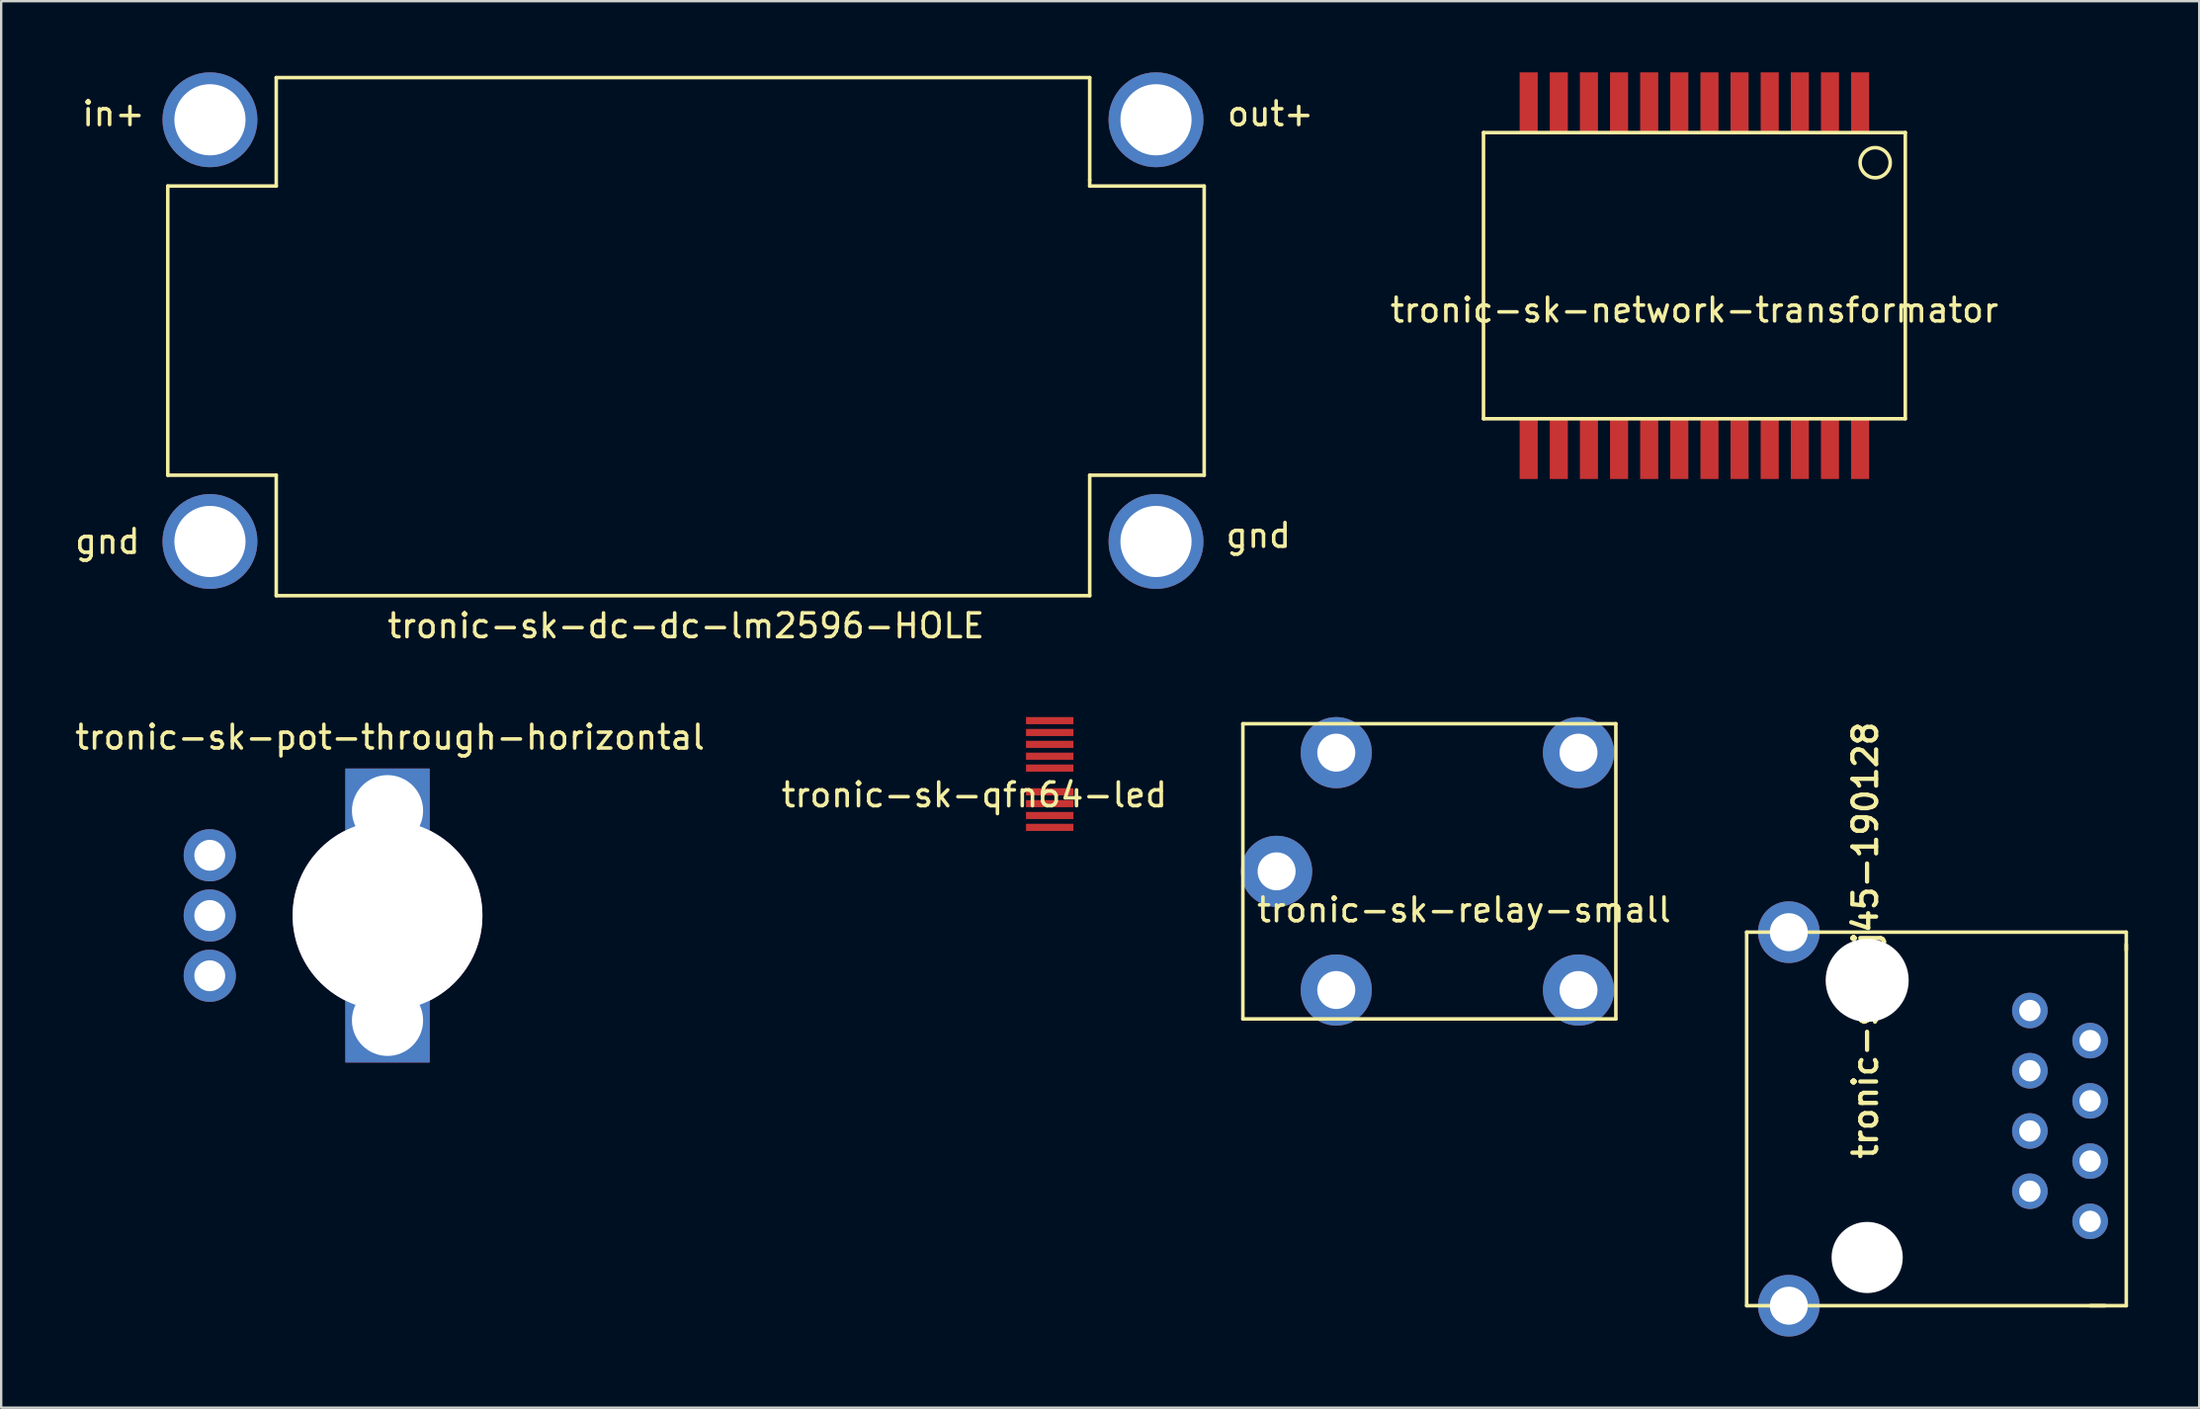
<source format=kicad_pcb>
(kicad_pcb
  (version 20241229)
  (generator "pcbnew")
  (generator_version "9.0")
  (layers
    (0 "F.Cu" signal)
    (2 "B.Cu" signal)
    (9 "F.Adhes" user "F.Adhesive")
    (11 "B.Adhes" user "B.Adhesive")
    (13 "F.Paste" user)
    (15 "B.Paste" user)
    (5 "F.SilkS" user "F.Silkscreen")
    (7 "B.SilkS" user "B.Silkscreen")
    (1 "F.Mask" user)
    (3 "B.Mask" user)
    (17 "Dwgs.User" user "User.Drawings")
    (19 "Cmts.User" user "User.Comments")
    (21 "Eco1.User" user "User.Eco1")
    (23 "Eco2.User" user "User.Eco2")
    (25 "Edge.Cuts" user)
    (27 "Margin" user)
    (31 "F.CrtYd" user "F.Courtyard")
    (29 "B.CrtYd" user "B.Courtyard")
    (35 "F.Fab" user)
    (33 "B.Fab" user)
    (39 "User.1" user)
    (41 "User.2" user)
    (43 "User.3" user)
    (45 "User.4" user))
  (footprint "tronic-sk-pot-through-horizontal"
    (layer "F.Cu")
    (at 13.285 35.551)
    (property "Reference" "tronic-sk-pot-through-horizontal" (at 0.102 -7.518 0) (layer "F.SilkS") (effects (font (size 1 1) (thickness 0.15))))
    (attr through_hole)
    (fp_circle (center 0.007 0.04) (end 3.257 0.04) (stroke (width 0.1) (type solid)) (fill no) (layer "F.Fab"))
    (pad "0" thru_hole rect (at 0 -4.42) (size 3.556 3.556) (drill 3) (layers "*.Cu" "*.Mask"))
    (pad "0" thru_hole circle (at 0 0) (size 8 8) (drill 8) (layers "*.Cu" "*.Mask"))
    (pad "0" thru_hole rect (at 0 4.42) (size 3.556 3.556) (drill 3) (layers "*.Cu" "*.Mask"))
    (pad "1" thru_hole circle (at -7.493 2.54) (size 2.2 2.2) (drill 1.3) (layers "*.Cu" "*.Mask"))
    (pad "2" thru_hole circle (at -7.493 0) (size 2.2 2.2) (drill 1.3) (layers "*.Cu" "*.Mask"))
    (pad "3" thru_hole circle (at -7.493 -2.54) (size 2.2 2.2) (drill 1.3) (layers "*.Cu" "*.Mask")))
  (footprint "tronic-sk-rj45-190128"
    (layer "F.Cu")
    (at 80.736 44.635)
    (property "Reference" "tronic-sk-rj45-190128" (at -4.572 1.27 90) (layer "F.SilkS") (effects (font (size 1 1) (thickness 0.18)) (justify left bottom)))
    (attr through_hole)
    (fp_line (start -10.16 -8.382) (end -10.16 7.366) (stroke (width 0.15) (type solid)) (layer "F.SilkS"))
    (fp_line (start -10.16 7.366) (end 4.953 7.366) (stroke (width 0.15) (type solid)) (layer "F.SilkS"))
    (fp_line (start 4.318 7.366) (end 5.842 7.366) (stroke (width 0.15) (type solid)) (layer "F.SilkS"))
    (fp_line (start 5.842 -8.382) (end -10.16 -8.382) (stroke (width 0.15) (type solid)) (layer "F.SilkS"))
    (fp_line (start 5.842 -8.382) (end 5.842 -7.62) (stroke (width 0.15) (type solid)) (layer "F.SilkS"))
    (fp_line (start 5.842 7.366) (end 5.842 -7.874) (stroke (width 0.15) (type solid)) (layer "F.SilkS"))
    (pad "" np_thru_hole circle (at -5.08 -6.35) (size 3.5 3.5) (drill 3.5) (layers "*.Cu"))
    (pad "" np_thru_hole circle (at -5.08 5.334) (size 3 3) (drill 3) (layers "*.Cu"))
    (pad "1" thru_hole circle (at 1.778 -5.08) (size 1.5 1.5) (drill 0.9) (layers "*.Cu" "*.Mask"))
    (pad "2" thru_hole circle (at 4.318 -3.81) (size 1.5 1.5) (drill 0.9) (layers "*.Cu" "*.Mask"))
    (pad "3" thru_hole circle (at 1.778 -2.54) (size 1.5 1.5) (drill 0.9) (layers "*.Cu" "*.Mask"))
    (pad "4" thru_hole circle (at 4.318 -1.27) (size 1.5 1.5) (drill 0.9) (layers "*.Cu" "*.Mask"))
    (pad "5" thru_hole circle (at 1.778 0) (size 1.5 1.5) (drill 0.9) (layers "*.Cu" "*.Mask"))
    (pad "6" thru_hole circle (at 4.318 1.27) (size 1.5 1.5) (drill 0.9) (layers "*.Cu" "*.Mask"))
    (pad "7" thru_hole circle (at 1.778 2.54) (size 1.5 1.5) (drill 0.9) (layers "*.Cu" "*.Mask"))
    (pad "8" thru_hole circle (at 4.318 3.81) (size 1.5 1.5) (drill 0.9) (layers "*.Cu" "*.Mask"))
    (pad "9" thru_hole circle (at -8.382 -8.382) (size 2.6 2.6) (drill 1.6) (layers "*.Cu" "*.Mask"))
    (pad "9" thru_hole circle (at -8.382 7.366) (size 2.6 2.6) (drill 1.6) (layers "*.Cu" "*.Mask")))
  (footprint "tronic-sk-network-transformator"
    (layer "F.Cu")
    (at 68.373 9.525)
    (property "Reference" "tronic-sk-network-transformator" (at 0 0.5 0) (layer "F.SilkS") (effects (font (size 1 1) (thickness 0.15))))
    (attr through_hole)
    (fp_line (start -8.89 -6.985) (end -8.89 5.08) (stroke (width 0.15) (type solid)) (layer "F.SilkS"))
    (fp_line (start -8.89 5.08) (end 8.89 5.08) (stroke (width 0.15) (type solid)) (layer "F.SilkS"))
    (fp_line (start 8.89 -6.985) (end -8.89 -6.985) (stroke (width 0.15) (type solid)) (layer "F.SilkS"))
    (fp_line (start 8.89 5.08) (end 8.89 -6.985) (stroke (width 0.15) (type solid)) (layer "F.SilkS"))
    (fp_circle (center 7.62 -5.715) (end 8.255 -5.715) (stroke (width 0.15) (type solid)) (fill no) (layer "F.SilkS"))
    (pad "1" smd trapezoid (at 6.985 -8.255) (size 0.762 2.54) (layers "F.Cu" "F.Mask" "F.Paste"))
    (pad "2" smd trapezoid (at 5.715 -8.255) (size 0.762 2.54) (layers "F.Cu" "F.Mask" "F.Paste"))
    (pad "3" smd trapezoid (at 4.445 -8.255) (size 0.762 2.54) (layers "F.Cu" "F.Mask" "F.Paste"))
    (pad "4" smd trapezoid (at 3.175 -8.255) (size 0.762 2.54) (layers "F.Cu" "F.Mask" "F.Paste"))
    (pad "5" smd trapezoid (at 1.905 -8.255) (size 0.762 2.54) (layers "F.Cu" "F.Mask" "F.Paste"))
    (pad "6" smd trapezoid (at 0.635 -8.255) (size 0.762 2.54) (layers "F.Cu" "F.Mask" "F.Paste"))
    (pad "7" smd trapezoid (at -0.635 -8.255) (size 0.762 2.54) (layers "F.Cu" "F.Mask" "F.Paste"))
    (pad "8" smd trapezoid (at -1.905 -8.255) (size 0.762 2.54) (layers "F.Cu" "F.Mask" "F.Paste"))
    (pad "9" smd trapezoid (at -3.175 -8.255) (size 0.762 2.54) (layers "F.Cu" "F.Mask" "F.Paste"))
    (pad "10" smd trapezoid (at -4.445 -8.255) (size 0.762 2.54) (layers "F.Cu" "F.Mask" "F.Paste"))
    (pad "11" smd trapezoid (at -5.715 -8.255) (size 0.762 2.54) (layers "F.Cu" "F.Mask" "F.Paste"))
    (pad "12" smd trapezoid (at -6.985 -8.255) (size 0.762 2.54) (layers "F.Cu" "F.Mask" "F.Paste"))
    (pad "13" smd trapezoid (at -6.985 6.35) (size 0.762 2.54) (layers "F.Cu" "F.Mask" "F.Paste"))
    (pad "14" smd trapezoid (at -5.715 6.35) (size 0.762 2.54) (layers "F.Cu" "F.Mask" "F.Paste"))
    (pad "15" smd trapezoid (at -4.445 6.35) (size 0.762 2.54) (layers "F.Cu" "F.Mask" "F.Paste"))
    (pad "16" smd trapezoid (at -3.175 6.35) (size 0.762 2.54) (layers "F.Cu" "F.Mask" "F.Paste"))
    (pad "17" smd trapezoid (at -1.905 6.35) (size 0.762 2.54) (layers "F.Cu" "F.Mask" "F.Paste"))
    (pad "18" smd trapezoid (at -0.635 6.35) (size 0.762 2.54) (layers "F.Cu" "F.Mask" "F.Paste"))
    (pad "19" smd trapezoid (at 0.635 6.35) (size 0.762 2.54) (layers "F.Cu" "F.Mask" "F.Paste"))
    (pad "20" smd trapezoid (at 1.905 6.35) (size 0.762 2.54) (layers "F.Cu" "F.Mask" "F.Paste"))
    (pad "21" smd trapezoid (at 3.175 6.35) (size 0.762 2.54) (layers "F.Cu" "F.Mask" "F.Paste"))
    (pad "22" smd trapezoid (at 4.445 6.35) (size 0.762 2.54) (layers "F.Cu" "F.Mask" "F.Paste"))
    (pad "23" smd trapezoid (at 5.715 6.35) (size 0.762 2.54) (layers "F.Cu" "F.Mask" "F.Paste"))
    (pad "24" smd trapezoid (at 6.985 6.35) (size 0.762 2.54) (layers "F.Cu" "F.Mask" "F.Paste")))
  (footprint "tronic-sk-dc-dc-lm2596-HOLE"
    (layer "F.Cu")
    (at 25.866 11.144)
    (property "Reference" "tronic-sk-dc-dc-lm2596-HOLE" (at 0 12.192 0) (layer "F.SilkS") (effects (font (size 1 1) (thickness 0.15))))
    (attr through_hole)
    (fp_line (start -21.844 -6.35) (end -17.272 -6.35) (stroke (width 0.15) (type solid)) (layer "F.SilkS"))
    (fp_line (start -21.844 5.842) (end -21.844 -6.35) (stroke (width 0.15) (type solid)) (layer "F.SilkS"))
    (fp_line (start -17.272 -10.922) (end 17.018 -10.922) (stroke (width 0.15) (type solid)) (layer "F.SilkS"))
    (fp_line (start -17.272 -6.35) (end -17.272 -10.922) (stroke (width 0.15) (type solid)) (layer "F.SilkS"))
    (fp_line (start -17.272 5.842) (end -21.844 5.842) (stroke (width 0.15) (type solid)) (layer "F.SilkS"))
    (fp_line (start -17.272 10.922) (end -17.272 5.842) (stroke (width 0.15) (type solid)) (layer "F.SilkS"))
    (fp_line (start 17.018 -10.922) (end 17.018 -6.604) (stroke (width 0.15) (type solid)) (layer "F.SilkS"))
    (fp_line (start 17.018 -6.604) (end 17.018 -6.35) (stroke (width 0.15) (type solid)) (layer "F.SilkS"))
    (fp_line (start 17.018 -6.35) (end 21.844 -6.35) (stroke (width 0.15) (type solid)) (layer "F.SilkS"))
    (fp_line (start 17.018 5.842) (end 17.018 10.922) (stroke (width 0.15) (type solid)) (layer "F.SilkS"))
    (fp_line (start 17.018 10.922) (end -17.272 10.922) (stroke (width 0.15) (type solid)) (layer "F.SilkS"))
    (fp_line (start 21.844 5.842) (end 17.018 5.842) (stroke (width 0.15) (type solid)) (layer "F.SilkS"))
    (fp_line (start 21.844 5.842) (end 21.844 -6.35) (stroke (width 0.15) (type solid)) (layer "F.SilkS"))
    (fp_text user "gnd" (at -24.384 8.636 0) (layer "F.SilkS") (effects (font (size 1 1) (thickness 0.15))))
    (fp_text user "in+" (at -24.13 -9.398 0) (layer "F.SilkS") (effects (font (size 1 1) (thickness 0.15))))
    (fp_text user "gnd" (at 24.13 8.382 0) (layer "F.SilkS") (effects (font (size 1 1) (thickness 0.15))))
    (fp_text user "out+" (at 24.638 -9.398 0) (layer "F.SilkS") (effects (font (size 1 1) (thickness 0.15))))
    (pad "1" thru_hole circle (at -20.066 -9.144) (size 4 4) (drill 3) (layers "*.Cu" "*.Mask"))
    (pad "2" thru_hole circle (at -20.066 8.636) (size 4 4) (drill 3) (layers "*.Cu" "*.Mask"))
    (pad "3" thru_hole circle (at 19.812 -9.144) (size 4 4) (drill 3) (layers "*.Cu" "*.Mask"))
    (pad "4" thru_hole circle (at 19.812 8.636) (size 4 4) (drill 3) (layers "*.Cu" "*.Mask")))
  (footprint "tronic-sk-relay-small"
    (layer "F.Cu")
    (at 53.277 33.688)
    (property "Reference" "tronic-sk-relay-small" (at 5.385 1.626 0) (layer "F.SilkS") (effects (font (size 1 1) (thickness 0.15))))
    (attr through_hole)
    (fp_line (start -3.937 -6.223) (end -3.937 6.223) (stroke (width 0.15) (type solid)) (layer "F.SilkS"))
    (fp_line (start -3.937 -6.223) (end 11.786 -6.223) (stroke (width 0.15) (type solid)) (layer "F.SilkS"))
    (fp_line (start 11.786 -6.223) (end 11.786 6.223) (stroke (width 0.15) (type solid)) (layer "F.SilkS"))
    (fp_line (start 11.786 6.223) (end -3.937 6.223) (stroke (width 0.15) (type solid)) (layer "F.SilkS"))
    (pad "1" thru_hole circle (at 0 -5.004) (size 3 3) (drill 1.6) (layers "*.Cu" "*.Mask"))
    (pad "2" thru_hole circle (at 0 5.004) (size 3 3) (drill 1.6) (layers "*.Cu" "*.Mask"))
    (pad "3" thru_hole circle (at -2.515 0) (size 3 3) (drill 1.6) (layers "*.Cu" "*.Mask"))
    (pad "4" thru_hole circle (at 10.211 -5.004) (size 3 3) (drill 1.6) (layers "*.Cu" "*.Mask"))
    (pad "5" thru_hole circle (at 10.211 5.004) (size 3 3) (drill 1.6) (layers "*.Cu" "*.Mask")))
  (footprint "tronic-sk-qfn64-led"
    (layer "F.Cu")
    (at 36.748 30.084)
    (property "Reference" "tronic-sk-qfn64-led" (at 1.27 0.381 0) (layer "F.SilkS") (effects (font (size 1 1) (thickness 0.15))))
    (attr smd)
    (pad "9" smd rect (at 4.45 -2.75) (size 2 0.3) (layers "F.Cu" "F.Mask" "F.Paste"))
    (pad "37" smd rect (at 4.45 1.75) (size 2 0.3) (layers "F.Cu" "F.Mask" "F.Paste"))
    (pad "38" smd rect (at 4.45 1.25) (size 2 0.3) (layers "F.Cu" "F.Mask" "F.Paste"))
    (pad "39" smd rect (at 4.45 0.75) (size 2 0.3) (layers "F.Cu" "F.Mask" "F.Paste"))
    (pad "40" smd rect (at 4.45 0.25) (size 2 0.3) (layers "F.Cu" "F.Mask" "F.Paste"))
    (pad "42" smd rect (at 4.45 -0.75) (size 2 0.3) (layers "F.Cu" "F.Mask" "F.Paste"))
    (pad "43" smd rect (at 4.45 -1.25) (size 2 0.3) (layers "F.Cu" "F.Mask" "F.Paste"))
    (pad "44" smd rect (at 4.45 -1.75) (size 2 0.3) (layers "F.Cu" "F.Mask" "F.Paste"))
    (pad "45" smd rect (at 4.45 -2.25) (size 2 0.3) (layers "F.Cu" "F.Mask" "F.Paste")))
  (gr_rect
    (start -3 -3)
    (end 89.653 56.301)
    (stroke (width 0.1) (type default))
    (fill no)
    (layer "Edge.Cuts")))
</source>
